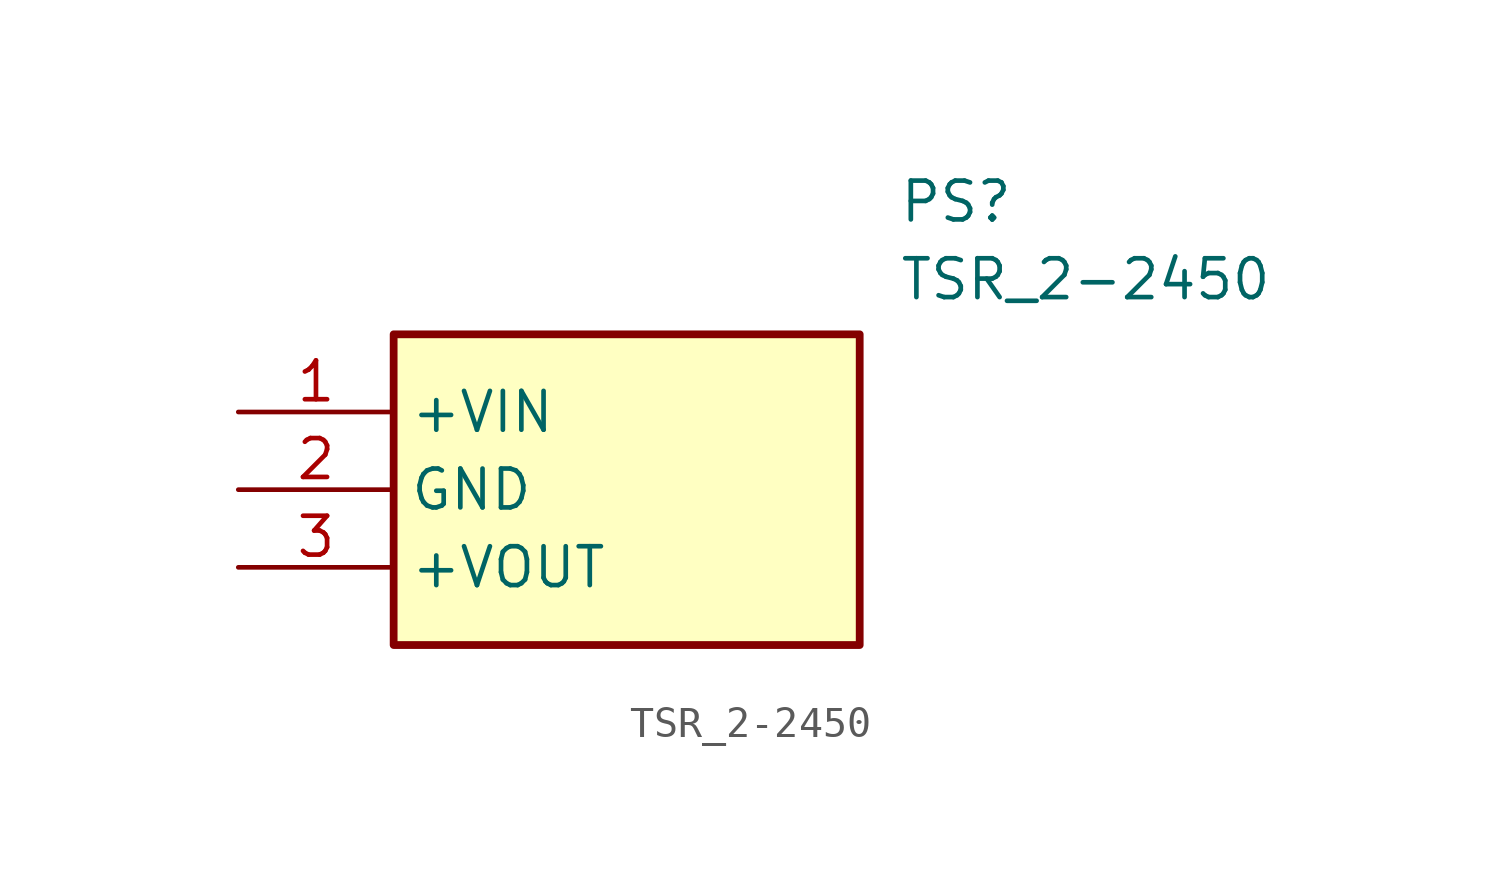
<source format=kicad_sym>
(kicad_symbol_lib
  (version 20211014)
  (generator SamacSys_ECAD_Model)
  (symbol "TSR_2-2450"
    (property "Reference" "PS"
      (at 21.59 7.62 0)
      (effects (font (size 1.27 1.27)) (justify left top)))
    (property "Value" "TSR_2-2450"
      (at 21.59 5.08 0)
      (effects (font (size 1.27 1.27)) (justify left top)))
    (rectangle
      (start 5.08 2.54)
      (end 20.32 -7.62)
      (stroke (width 0.254) (type default))
      (fill (type background)))
    (pin input line
      (at 0 0 0)
      (length 5.08)
      (name "+VIN" (effects (font (size 1.27 1.27))))
      (number "1" (effects (font (size 1.27 1.27)))))
    (pin power_in line
      (at 0 -2.54 0)
      (length 5.08)
      (name "GND" (effects (font (size 1.27 1.27))))
      (number "2" (effects (font (size 1.27 1.27)))))
    (pin output line
      (at 0 -5.08 0)
      (length 5.08)
      (name "+VOUT" (effects (font (size 1.27 1.27))))
      (number "3" (effects (font (size 1.27 1.27)))))))
</source>
